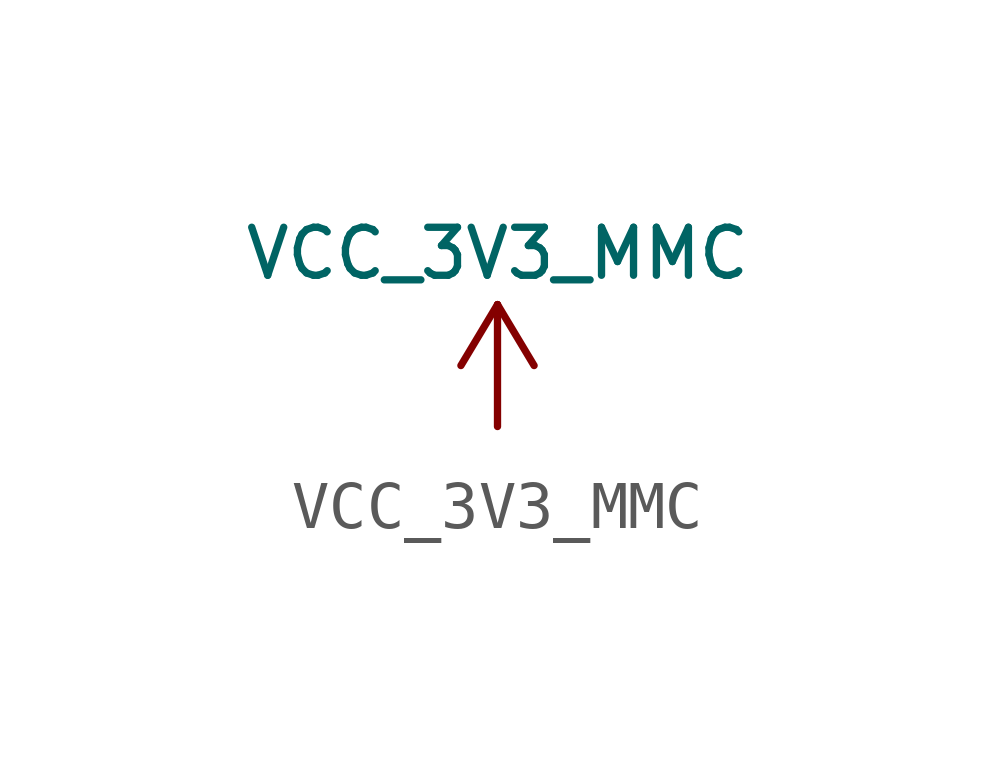
<source format=kicad_sym>
(kicad_symbol_lib
  (version 20241209)
  (generator "kicad_symbol_editor")
  (generator_version "9.0")
  (symbol "VCC_3V3_MMC"
    (power)
    (pin_names
      (offset 0))
    (property "Reference" "#PWR?"
      (at 0 -3.81 0)
      (effects (font (size 1.27 1.27)) (hide yes)))
    (property "Value" "VCC_3V3_MMC"
      (at 0 3.605 0)
      (effects (font (size 1 1))))
    (symbol "VCC_3V3_MMC_0_1"
      (polyline (pts (xy -0.762 1.27) (xy 0 2.54)) (stroke (width 0) (type default)) (fill (type none)))
      (polyline (pts (xy 0 2.54) (xy 0.762 1.27)) (stroke (width 0) (type default)) (fill (type none)))
      (polyline (pts (xy 0 0) (xy 0 2.54)) (stroke (width 0) (type default)) (fill (type none))))
    (symbol "VCC_3V3_MMC_1_1"
      (pin power_in line (at 0 0 90) (length 0) (hide yes) (name "VCC_3V3_MMC" (effects (font (size 1.27 1.27)))) (number "1" (effects (font (size 1.27 1.27))))))))
</source>
